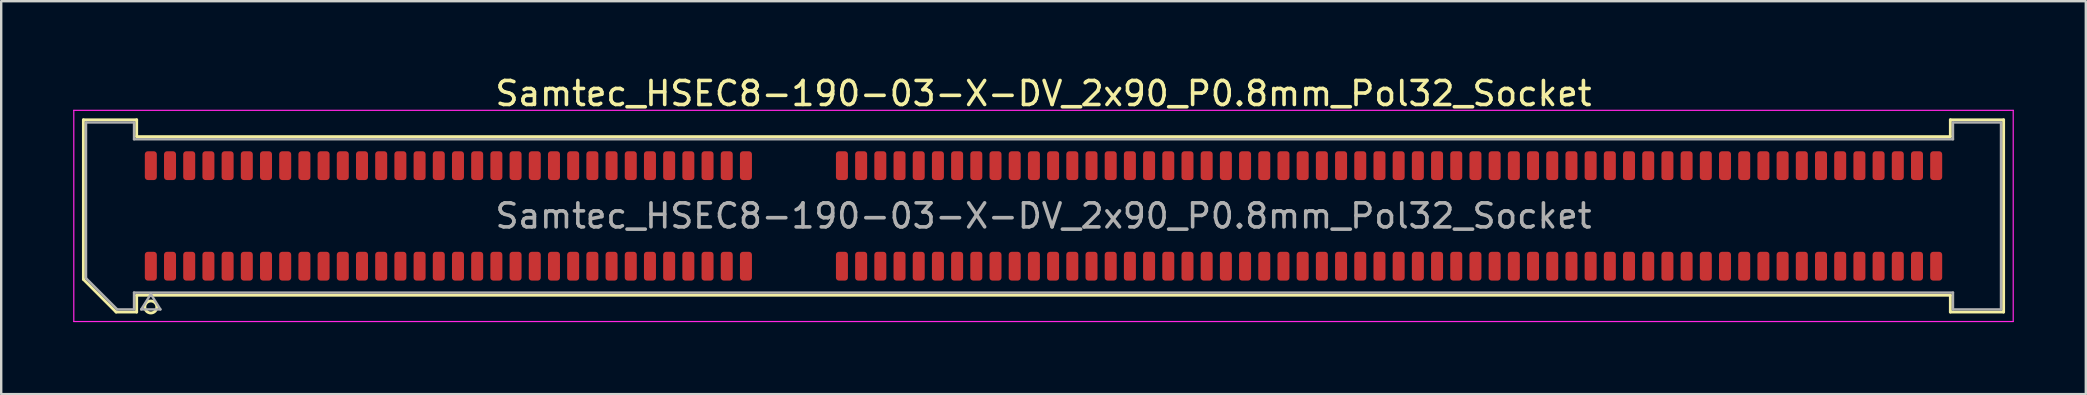
<source format=kicad_pcb>
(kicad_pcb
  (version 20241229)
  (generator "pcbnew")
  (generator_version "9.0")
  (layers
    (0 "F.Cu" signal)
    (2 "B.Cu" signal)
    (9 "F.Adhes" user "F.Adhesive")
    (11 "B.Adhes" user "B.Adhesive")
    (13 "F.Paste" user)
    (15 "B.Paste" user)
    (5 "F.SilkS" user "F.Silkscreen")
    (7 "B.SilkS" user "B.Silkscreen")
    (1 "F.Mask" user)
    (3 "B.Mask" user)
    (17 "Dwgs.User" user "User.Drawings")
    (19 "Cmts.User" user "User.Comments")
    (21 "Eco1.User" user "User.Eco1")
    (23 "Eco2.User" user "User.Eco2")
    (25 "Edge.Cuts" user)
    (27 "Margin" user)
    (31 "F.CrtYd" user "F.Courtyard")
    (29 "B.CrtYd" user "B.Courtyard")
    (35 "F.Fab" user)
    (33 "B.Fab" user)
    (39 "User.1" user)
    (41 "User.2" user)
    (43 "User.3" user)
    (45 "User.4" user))
  (footprint "Samtec_HSEC8-190-03-X-DV_2x90_P0.8mm_Pol32_Socket"
    (layer "F.Cu")
    (at 40.435 5.948)
    (property "Reference" "Samtec_HSEC8-190-03-X-DV_2x90_P0.8mm_Pol32_Socket" (at 0 -5.1 0) (layer "F.SilkS") (effects (font (size 1 1) (thickness 0.15))))
    (attr smd)
    (fp_line (start -40.01 -4.005) (end -37.79 -4.005) (stroke (width 0.12) (type solid)) (layer "F.SilkS"))
    (fp_line (start -40.01 2.641) (end -40.01 -4.005) (stroke (width 0.12) (type solid)) (layer "F.SilkS"))
    (fp_line (start -38.646 4.005) (end -40.01 2.641) (stroke (width 0.12) (type solid)) (layer "F.SilkS"))
    (fp_line (start -37.79 -4.005) (end -37.79 -3.305) (stroke (width 0.12) (type solid)) (layer "F.SilkS"))
    (fp_line (start -37.79 -3.305) (end 37.79 -3.305) (stroke (width 0.12) (type solid)) (layer "F.SilkS"))
    (fp_line (start -37.79 3.305) (end -37.79 4.005) (stroke (width 0.12) (type solid)) (layer "F.SilkS"))
    (fp_line (start -37.79 4.005) (end -38.646 4.005) (stroke (width 0.12) (type solid)) (layer "F.SilkS"))
    (fp_line (start 37.79 -4.005) (end 40.01 -4.005) (stroke (width 0.12) (type solid)) (layer "F.SilkS"))
    (fp_line (start 37.79 -3.305) (end 37.79 -4.005) (stroke (width 0.12) (type solid)) (layer "F.SilkS"))
    (fp_line (start 37.79 3.305) (end -37.79 3.305) (stroke (width 0.12) (type solid)) (layer "F.SilkS"))
    (fp_line (start 37.79 4.005) (end 37.79 3.305) (stroke (width 0.12) (type solid)) (layer "F.SilkS"))
    (fp_line (start 40.01 -4.005) (end 40.01 4.005) (stroke (width 0.12) (type solid)) (layer "F.SilkS"))
    (fp_line (start 40.01 4.005) (end 37.79 4.005) (stroke (width 0.12) (type solid)) (layer "F.SilkS"))
    (fp_arc (start -36.95 3.795) (mid -37.45 3.795) (end -36.95 3.795) (stroke (width 0.12) (type solid)) (layer "F.SilkS"))
    (fp_line (start -40.41 -4.4) (end -40.41 4.4) (stroke (width 0.05) (type solid)) (layer "F.CrtYd"))
    (fp_line (start -40.41 4.4) (end 40.41 4.4) (stroke (width 0.05) (type solid)) (layer "F.CrtYd"))
    (fp_line (start 40.41 -4.4) (end -40.41 -4.4) (stroke (width 0.05) (type solid)) (layer "F.CrtYd"))
    (fp_line (start 40.41 4.4) (end 40.41 -4.4) (stroke (width 0.05) (type solid)) (layer "F.CrtYd"))
    (fp_line (start -39.9 -3.895) (end -37.9 -3.895) (stroke (width 0.1) (type solid)) (layer "F.Fab"))
    (fp_line (start -39.9 2.595) (end -39.9 -3.895) (stroke (width 0.1) (type solid)) (layer "F.Fab"))
    (fp_line (start -38.6 3.895) (end -39.9 2.595) (stroke (width 0.1) (type solid)) (layer "F.Fab"))
    (fp_line (start -37.9 -3.895) (end -37.9 -3.195) (stroke (width 0.1) (type solid)) (layer "F.Fab"))
    (fp_line (start -37.9 -3.195) (end 37.9 -3.195) (stroke (width 0.1) (type solid)) (layer "F.Fab"))
    (fp_line (start -37.9 3.195) (end -37.9 3.895) (stroke (width 0.1) (type solid)) (layer "F.Fab"))
    (fp_line (start -37.9 3.895) (end -38.6 3.895) (stroke (width 0.1) (type solid)) (layer "F.Fab"))
    (fp_line (start -37.6 3.895) (end -37.2 3.255) (stroke (width 0.1) (type solid)) (layer "F.Fab"))
    (fp_line (start -37.2 3.255) (end -36.8 3.895) (stroke (width 0.1) (type solid)) (layer "F.Fab"))
    (fp_line (start -36.8 3.895) (end -37.6 3.895) (stroke (width 0.1) (type solid)) (layer "F.Fab"))
    (fp_line (start 37.9 -3.895) (end 39.9 -3.895) (stroke (width 0.1) (type solid)) (layer "F.Fab"))
    (fp_line (start 37.9 -3.195) (end 37.9 -3.895) (stroke (width 0.1) (type solid)) (layer "F.Fab"))
    (fp_line (start 37.9 3.195) (end -37.9 3.195) (stroke (width 0.1) (type solid)) (layer "F.Fab"))
    (fp_line (start 37.9 3.895) (end 37.9 3.195) (stroke (width 0.1) (type solid)) (layer "F.Fab"))
    (fp_line (start 39.9 -3.895) (end 39.9 3.895) (stroke (width 0.1) (type solid)) (layer "F.Fab"))
    (fp_line (start 39.9 3.895) (end 37.9 3.895) (stroke (width 0.1) (type solid)) (layer "F.Fab"))
    (fp_text user "${REFERENCE}" (at 0 0 0) (layer "F.Fab") (effects (font (size 1 1) (thickness 0.15))))
    (pad "1" smd roundrect (at -37.2 2.095) (size 0.5 1.2) (layers "F.Cu" "F.Mask" "F.Paste") (roundrect_rratio 0.25))
    (pad "2" smd roundrect (at -37.2 -2.095) (size 0.5 1.2) (layers "F.Cu" "F.Mask" "F.Paste") (roundrect_rratio 0.25))
    (pad "3" smd roundrect (at -36.4 2.095) (size 0.5 1.2) (layers "F.Cu" "F.Mask" "F.Paste") (roundrect_rratio 0.25))
    (pad "4" smd roundrect (at -36.4 -2.095) (size 0.5 1.2) (layers "F.Cu" "F.Mask" "F.Paste") (roundrect_rratio 0.25))
    (pad "5" smd roundrect (at -35.6 2.095) (size 0.5 1.2) (layers "F.Cu" "F.Mask" "F.Paste") (roundrect_rratio 0.25))
    (pad "6" smd roundrect (at -35.6 -2.095) (size 0.5 1.2) (layers "F.Cu" "F.Mask" "F.Paste") (roundrect_rratio 0.25))
    (pad "7" smd roundrect (at -34.8 2.095) (size 0.5 1.2) (layers "F.Cu" "F.Mask" "F.Paste") (roundrect_rratio 0.25))
    (pad "8" smd roundrect (at -34.8 -2.095) (size 0.5 1.2) (layers "F.Cu" "F.Mask" "F.Paste") (roundrect_rratio 0.25))
    (pad "9" smd roundrect (at -34 2.095) (size 0.5 1.2) (layers "F.Cu" "F.Mask" "F.Paste") (roundrect_rratio 0.25))
    (pad "10" smd roundrect (at -34 -2.095) (size 0.5 1.2) (layers "F.Cu" "F.Mask" "F.Paste") (roundrect_rratio 0.25))
    (pad "11" smd roundrect (at -33.2 2.095) (size 0.5 1.2) (layers "F.Cu" "F.Mask" "F.Paste") (roundrect_rratio 0.25))
    (pad "12" smd roundrect (at -33.2 -2.095) (size 0.5 1.2) (layers "F.Cu" "F.Mask" "F.Paste") (roundrect_rratio 0.25))
    (pad "13" smd roundrect (at -32.4 2.095) (size 0.5 1.2) (layers "F.Cu" "F.Mask" "F.Paste") (roundrect_rratio 0.25))
    (pad "14" smd roundrect (at -32.4 -2.095) (size 0.5 1.2) (layers "F.Cu" "F.Mask" "F.Paste") (roundrect_rratio 0.25))
    (pad "15" smd roundrect (at -31.6 2.095) (size 0.5 1.2) (layers "F.Cu" "F.Mask" "F.Paste") (roundrect_rratio 0.25))
    (pad "16" smd roundrect (at -31.6 -2.095) (size 0.5 1.2) (layers "F.Cu" "F.Mask" "F.Paste") (roundrect_rratio 0.25))
    (pad "17" smd roundrect (at -30.8 2.095) (size 0.5 1.2) (layers "F.Cu" "F.Mask" "F.Paste") (roundrect_rratio 0.25))
    (pad "18" smd roundrect (at -30.8 -2.095) (size 0.5 1.2) (layers "F.Cu" "F.Mask" "F.Paste") (roundrect_rratio 0.25))
    (pad "19" smd roundrect (at -30 2.095) (size 0.5 1.2) (layers "F.Cu" "F.Mask" "F.Paste") (roundrect_rratio 0.25))
    (pad "20" smd roundrect (at -30 -2.095) (size 0.5 1.2) (layers "F.Cu" "F.Mask" "F.Paste") (roundrect_rratio 0.25))
    (pad "21" smd roundrect (at -29.2 2.095) (size 0.5 1.2) (layers "F.Cu" "F.Mask" "F.Paste") (roundrect_rratio 0.25))
    (pad "22" smd roundrect (at -29.2 -2.095) (size 0.5 1.2) (layers "F.Cu" "F.Mask" "F.Paste") (roundrect_rratio 0.25))
    (pad "23" smd roundrect (at -28.4 2.095) (size 0.5 1.2) (layers "F.Cu" "F.Mask" "F.Paste") (roundrect_rratio 0.25))
    (pad "24" smd roundrect (at -28.4 -2.095) (size 0.5 1.2) (layers "F.Cu" "F.Mask" "F.Paste") (roundrect_rratio 0.25))
    (pad "25" smd roundrect (at -27.6 2.095) (size 0.5 1.2) (layers "F.Cu" "F.Mask" "F.Paste") (roundrect_rratio 0.25))
    (pad "26" smd roundrect (at -27.6 -2.095) (size 0.5 1.2) (layers "F.Cu" "F.Mask" "F.Paste") (roundrect_rratio 0.25))
    (pad "27" smd roundrect (at -26.8 2.095) (size 0.5 1.2) (layers "F.Cu" "F.Mask" "F.Paste") (roundrect_rratio 0.25))
    (pad "28" smd roundrect (at -26.8 -2.095) (size 0.5 1.2) (layers "F.Cu" "F.Mask" "F.Paste") (roundrect_rratio 0.25))
    (pad "29" smd roundrect (at -26 2.095) (size 0.5 1.2) (layers "F.Cu" "F.Mask" "F.Paste") (roundrect_rratio 0.25))
    (pad "30" smd roundrect (at -26 -2.095) (size 0.5 1.2) (layers "F.Cu" "F.Mask" "F.Paste") (roundrect_rratio 0.25))
    (pad "31" smd roundrect (at -25.2 2.095) (size 0.5 1.2) (layers "F.Cu" "F.Mask" "F.Paste") (roundrect_rratio 0.25))
    (pad "32" smd roundrect (at -25.2 -2.095) (size 0.5 1.2) (layers "F.Cu" "F.Mask" "F.Paste") (roundrect_rratio 0.25))
    (pad "33" smd roundrect (at -24.4 2.095) (size 0.5 1.2) (layers "F.Cu" "F.Mask" "F.Paste") (roundrect_rratio 0.25))
    (pad "34" smd roundrect (at -24.4 -2.095) (size 0.5 1.2) (layers "F.Cu" "F.Mask" "F.Paste") (roundrect_rratio 0.25))
    (pad "35" smd roundrect (at -23.6 2.095) (size 0.5 1.2) (layers "F.Cu" "F.Mask" "F.Paste") (roundrect_rratio 0.25))
    (pad "36" smd roundrect (at -23.6 -2.095) (size 0.5 1.2) (layers "F.Cu" "F.Mask" "F.Paste") (roundrect_rratio 0.25))
    (pad "37" smd roundrect (at -22.8 2.095) (size 0.5 1.2) (layers "F.Cu" "F.Mask" "F.Paste") (roundrect_rratio 0.25))
    (pad "38" smd roundrect (at -22.8 -2.095) (size 0.5 1.2) (layers "F.Cu" "F.Mask" "F.Paste") (roundrect_rratio 0.25))
    (pad "39" smd roundrect (at -22 2.095) (size 0.5 1.2) (layers "F.Cu" "F.Mask" "F.Paste") (roundrect_rratio 0.25))
    (pad "40" smd roundrect (at -22 -2.095) (size 0.5 1.2) (layers "F.Cu" "F.Mask" "F.Paste") (roundrect_rratio 0.25))
    (pad "41" smd roundrect (at -21.2 2.095) (size 0.5 1.2) (layers "F.Cu" "F.Mask" "F.Paste") (roundrect_rratio 0.25))
    (pad "42" smd roundrect (at -21.2 -2.095) (size 0.5 1.2) (layers "F.Cu" "F.Mask" "F.Paste") (roundrect_rratio 0.25))
    (pad "43" smd roundrect (at -20.4 2.095) (size 0.5 1.2) (layers "F.Cu" "F.Mask" "F.Paste") (roundrect_rratio 0.25))
    (pad "44" smd roundrect (at -20.4 -2.095) (size 0.5 1.2) (layers "F.Cu" "F.Mask" "F.Paste") (roundrect_rratio 0.25))
    (pad "45" smd roundrect (at -19.6 2.095) (size 0.5 1.2) (layers "F.Cu" "F.Mask" "F.Paste") (roundrect_rratio 0.25))
    (pad "46" smd roundrect (at -19.6 -2.095) (size 0.5 1.2) (layers "F.Cu" "F.Mask" "F.Paste") (roundrect_rratio 0.25))
    (pad "47" smd roundrect (at -18.8 2.095) (size 0.5 1.2) (layers "F.Cu" "F.Mask" "F.Paste") (roundrect_rratio 0.25))
    (pad "48" smd roundrect (at -18.8 -2.095) (size 0.5 1.2) (layers "F.Cu" "F.Mask" "F.Paste") (roundrect_rratio 0.25))
    (pad "49" smd roundrect (at -18 2.095) (size 0.5 1.2) (layers "F.Cu" "F.Mask" "F.Paste") (roundrect_rratio 0.25))
    (pad "50" smd roundrect (at -18 -2.095) (size 0.5 1.2) (layers "F.Cu" "F.Mask" "F.Paste") (roundrect_rratio 0.25))
    (pad "51" smd roundrect (at -17.2 2.095) (size 0.5 1.2) (layers "F.Cu" "F.Mask" "F.Paste") (roundrect_rratio 0.25))
    (pad "52" smd roundrect (at -17.2 -2.095) (size 0.5 1.2) (layers "F.Cu" "F.Mask" "F.Paste") (roundrect_rratio 0.25))
    (pad "53" smd roundrect (at -16.4 2.095) (size 0.5 1.2) (layers "F.Cu" "F.Mask" "F.Paste") (roundrect_rratio 0.25))
    (pad "54" smd roundrect (at -16.4 -2.095) (size 0.5 1.2) (layers "F.Cu" "F.Mask" "F.Paste") (roundrect_rratio 0.25))
    (pad "55" smd roundrect (at -15.6 2.095) (size 0.5 1.2) (layers "F.Cu" "F.Mask" "F.Paste") (roundrect_rratio 0.25))
    (pad "56" smd roundrect (at -15.6 -2.095) (size 0.5 1.2) (layers "F.Cu" "F.Mask" "F.Paste") (roundrect_rratio 0.25))
    (pad "57" smd roundrect (at -14.8 2.095) (size 0.5 1.2) (layers "F.Cu" "F.Mask" "F.Paste") (roundrect_rratio 0.25))
    (pad "58" smd roundrect (at -14.8 -2.095) (size 0.5 1.2) (layers "F.Cu" "F.Mask" "F.Paste") (roundrect_rratio 0.25))
    (pad "59" smd roundrect (at -14 2.095) (size 0.5 1.2) (layers "F.Cu" "F.Mask" "F.Paste") (roundrect_rratio 0.25))
    (pad "60" smd roundrect (at -14 -2.095) (size 0.5 1.2) (layers "F.Cu" "F.Mask" "F.Paste") (roundrect_rratio 0.25))
    (pad "61" smd roundrect (at -13.2 2.095) (size 0.5 1.2) (layers "F.Cu" "F.Mask" "F.Paste") (roundrect_rratio 0.25))
    (pad "62" smd roundrect (at -13.2 -2.095) (size 0.5 1.2) (layers "F.Cu" "F.Mask" "F.Paste") (roundrect_rratio 0.25))
    (pad "63" smd roundrect (at -12.4 2.095) (size 0.5 1.2) (layers "F.Cu" "F.Mask" "F.Paste") (roundrect_rratio 0.25))
    (pad "64" smd roundrect (at -12.4 -2.095) (size 0.5 1.2) (layers "F.Cu" "F.Mask" "F.Paste") (roundrect_rratio 0.25))
    (pad "65" smd roundrect (at -8.4 2.095) (size 0.5 1.2) (layers "F.Cu" "F.Mask" "F.Paste") (roundrect_rratio 0.25))
    (pad "66" smd roundrect (at -8.4 -2.095) (size 0.5 1.2) (layers "F.Cu" "F.Mask" "F.Paste") (roundrect_rratio 0.25))
    (pad "67" smd roundrect (at -7.6 2.095) (size 0.5 1.2) (layers "F.Cu" "F.Mask" "F.Paste") (roundrect_rratio 0.25))
    (pad "68" smd roundrect (at -7.6 -2.095) (size 0.5 1.2) (layers "F.Cu" "F.Mask" "F.Paste") (roundrect_rratio 0.25))
    (pad "69" smd roundrect (at -6.8 2.095) (size 0.5 1.2) (layers "F.Cu" "F.Mask" "F.Paste") (roundrect_rratio 0.25))
    (pad "70" smd roundrect (at -6.8 -2.095) (size 0.5 1.2) (layers "F.Cu" "F.Mask" "F.Paste") (roundrect_rratio 0.25))
    (pad "71" smd roundrect (at -6 2.095) (size 0.5 1.2) (layers "F.Cu" "F.Mask" "F.Paste") (roundrect_rratio 0.25))
    (pad "72" smd roundrect (at -6 -2.095) (size 0.5 1.2) (layers "F.Cu" "F.Mask" "F.Paste") (roundrect_rratio 0.25))
    (pad "73" smd roundrect (at -5.2 2.095) (size 0.5 1.2) (layers "F.Cu" "F.Mask" "F.Paste") (roundrect_rratio 0.25))
    (pad "74" smd roundrect (at -5.2 -2.095) (size 0.5 1.2) (layers "F.Cu" "F.Mask" "F.Paste") (roundrect_rratio 0.25))
    (pad "75" smd roundrect (at -4.4 2.095) (size 0.5 1.2) (layers "F.Cu" "F.Mask" "F.Paste") (roundrect_rratio 0.25))
    (pad "76" smd roundrect (at -4.4 -2.095) (size 0.5 1.2) (layers "F.Cu" "F.Mask" "F.Paste") (roundrect_rratio 0.25))
    (pad "77" smd roundrect (at -3.6 2.095) (size 0.5 1.2) (layers "F.Cu" "F.Mask" "F.Paste") (roundrect_rratio 0.25))
    (pad "78" smd roundrect (at -3.6 -2.095) (size 0.5 1.2) (layers "F.Cu" "F.Mask" "F.Paste") (roundrect_rratio 0.25))
    (pad "79" smd roundrect (at -2.8 2.095) (size 0.5 1.2) (layers "F.Cu" "F.Mask" "F.Paste") (roundrect_rratio 0.25))
    (pad "80" smd roundrect (at -2.8 -2.095) (size 0.5 1.2) (layers "F.Cu" "F.Mask" "F.Paste") (roundrect_rratio 0.25))
    (pad "81" smd roundrect (at -2 2.095) (size 0.5 1.2) (layers "F.Cu" "F.Mask" "F.Paste") (roundrect_rratio 0.25))
    (pad "82" smd roundrect (at -2 -2.095) (size 0.5 1.2) (layers "F.Cu" "F.Mask" "F.Paste") (roundrect_rratio 0.25))
    (pad "83" smd roundrect (at -1.2 2.095) (size 0.5 1.2) (layers "F.Cu" "F.Mask" "F.Paste") (roundrect_rratio 0.25))
    (pad "84" smd roundrect (at -1.2 -2.095) (size 0.5 1.2) (layers "F.Cu" "F.Mask" "F.Paste") (roundrect_rratio 0.25))
    (pad "85" smd roundrect (at -0.4 2.095) (size 0.5 1.2) (layers "F.Cu" "F.Mask" "F.Paste") (roundrect_rratio 0.25))
    (pad "86" smd roundrect (at -0.4 -2.095) (size 0.5 1.2) (layers "F.Cu" "F.Mask" "F.Paste") (roundrect_rratio 0.25))
    (pad "87" smd roundrect (at 0.4 2.095) (size 0.5 1.2) (layers "F.Cu" "F.Mask" "F.Paste") (roundrect_rratio 0.25))
    (pad "88" smd roundrect (at 0.4 -2.095) (size 0.5 1.2) (layers "F.Cu" "F.Mask" "F.Paste") (roundrect_rratio 0.25))
    (pad "89" smd roundrect (at 1.2 2.095) (size 0.5 1.2) (layers "F.Cu" "F.Mask" "F.Paste") (roundrect_rratio 0.25))
    (pad "90" smd roundrect (at 1.2 -2.095) (size 0.5 1.2) (layers "F.Cu" "F.Mask" "F.Paste") (roundrect_rratio 0.25))
    (pad "91" smd roundrect (at 2 2.095) (size 0.5 1.2) (layers "F.Cu" "F.Mask" "F.Paste") (roundrect_rratio 0.25))
    (pad "92" smd roundrect (at 2 -2.095) (size 0.5 1.2) (layers "F.Cu" "F.Mask" "F.Paste") (roundrect_rratio 0.25))
    (pad "93" smd roundrect (at 2.8 2.095) (size 0.5 1.2) (layers "F.Cu" "F.Mask" "F.Paste") (roundrect_rratio 0.25))
    (pad "94" smd roundrect (at 2.8 -2.095) (size 0.5 1.2) (layers "F.Cu" "F.Mask" "F.Paste") (roundrect_rratio 0.25))
    (pad "95" smd roundrect (at 3.6 2.095) (size 0.5 1.2) (layers "F.Cu" "F.Mask" "F.Paste") (roundrect_rratio 0.25))
    (pad "96" smd roundrect (at 3.6 -2.095) (size 0.5 1.2) (layers "F.Cu" "F.Mask" "F.Paste") (roundrect_rratio 0.25))
    (pad "97" smd roundrect (at 4.4 2.095) (size 0.5 1.2) (layers "F.Cu" "F.Mask" "F.Paste") (roundrect_rratio 0.25))
    (pad "98" smd roundrect (at 4.4 -2.095) (size 0.5 1.2) (layers "F.Cu" "F.Mask" "F.Paste") (roundrect_rratio 0.25))
    (pad "99" smd roundrect (at 5.2 2.095) (size 0.5 1.2) (layers "F.Cu" "F.Mask" "F.Paste") (roundrect_rratio 0.25))
    (pad "100" smd roundrect (at 5.2 -2.095) (size 0.5 1.2) (layers "F.Cu" "F.Mask" "F.Paste") (roundrect_rratio 0.25))
    (pad "101" smd roundrect (at 6 2.095) (size 0.5 1.2) (layers "F.Cu" "F.Mask" "F.Paste") (roundrect_rratio 0.25))
    (pad "102" smd roundrect (at 6 -2.095) (size 0.5 1.2) (layers "F.Cu" "F.Mask" "F.Paste") (roundrect_rratio 0.25))
    (pad "103" smd roundrect (at 6.8 2.095) (size 0.5 1.2) (layers "F.Cu" "F.Mask" "F.Paste") (roundrect_rratio 0.25))
    (pad "104" smd roundrect (at 6.8 -2.095) (size 0.5 1.2) (layers "F.Cu" "F.Mask" "F.Paste") (roundrect_rratio 0.25))
    (pad "105" smd roundrect (at 7.6 2.095) (size 0.5 1.2) (layers "F.Cu" "F.Mask" "F.Paste") (roundrect_rratio 0.25))
    (pad "106" smd roundrect (at 7.6 -2.095) (size 0.5 1.2) (layers "F.Cu" "F.Mask" "F.Paste") (roundrect_rratio 0.25))
    (pad "107" smd roundrect (at 8.4 2.095) (size 0.5 1.2) (layers "F.Cu" "F.Mask" "F.Paste") (roundrect_rratio 0.25))
    (pad "108" smd roundrect (at 8.4 -2.095) (size 0.5 1.2) (layers "F.Cu" "F.Mask" "F.Paste") (roundrect_rratio 0.25))
    (pad "109" smd roundrect (at 9.2 2.095) (size 0.5 1.2) (layers "F.Cu" "F.Mask" "F.Paste") (roundrect_rratio 0.25))
    (pad "110" smd roundrect (at 9.2 -2.095) (size 0.5 1.2) (layers "F.Cu" "F.Mask" "F.Paste") (roundrect_rratio 0.25))
    (pad "111" smd roundrect (at 10 2.095) (size 0.5 1.2) (layers "F.Cu" "F.Mask" "F.Paste") (roundrect_rratio 0.25))
    (pad "112" smd roundrect (at 10 -2.095) (size 0.5 1.2) (layers "F.Cu" "F.Mask" "F.Paste") (roundrect_rratio 0.25))
    (pad "113" smd roundrect (at 10.8 2.095) (size 0.5 1.2) (layers "F.Cu" "F.Mask" "F.Paste") (roundrect_rratio 0.25))
    (pad "114" smd roundrect (at 10.8 -2.095) (size 0.5 1.2) (layers "F.Cu" "F.Mask" "F.Paste") (roundrect_rratio 0.25))
    (pad "115" smd roundrect (at 11.6 2.095) (size 0.5 1.2) (layers "F.Cu" "F.Mask" "F.Paste") (roundrect_rratio 0.25))
    (pad "116" smd roundrect (at 11.6 -2.095) (size 0.5 1.2) (layers "F.Cu" "F.Mask" "F.Paste") (roundrect_rratio 0.25))
    (pad "117" smd roundrect (at 12.4 2.095) (size 0.5 1.2) (layers "F.Cu" "F.Mask" "F.Paste") (roundrect_rratio 0.25))
    (pad "118" smd roundrect (at 12.4 -2.095) (size 0.5 1.2) (layers "F.Cu" "F.Mask" "F.Paste") (roundrect_rratio 0.25))
    (pad "119" smd roundrect (at 13.2 2.095) (size 0.5 1.2) (layers "F.Cu" "F.Mask" "F.Paste") (roundrect_rratio 0.25))
    (pad "120" smd roundrect (at 13.2 -2.095) (size 0.5 1.2) (layers "F.Cu" "F.Mask" "F.Paste") (roundrect_rratio 0.25))
    (pad "121" smd roundrect (at 14 2.095) (size 0.5 1.2) (layers "F.Cu" "F.Mask" "F.Paste") (roundrect_rratio 0.25))
    (pad "122" smd roundrect (at 14 -2.095) (size 0.5 1.2) (layers "F.Cu" "F.Mask" "F.Paste") (roundrect_rratio 0.25))
    (pad "123" smd roundrect (at 14.8 2.095) (size 0.5 1.2) (layers "F.Cu" "F.Mask" "F.Paste") (roundrect_rratio 0.25))
    (pad "124" smd roundrect (at 14.8 -2.095) (size 0.5 1.2) (layers "F.Cu" "F.Mask" "F.Paste") (roundrect_rratio 0.25))
    (pad "125" smd roundrect (at 15.6 2.095) (size 0.5 1.2) (layers "F.Cu" "F.Mask" "F.Paste") (roundrect_rratio 0.25))
    (pad "126" smd roundrect (at 15.6 -2.095) (size 0.5 1.2) (layers "F.Cu" "F.Mask" "F.Paste") (roundrect_rratio 0.25))
    (pad "127" smd roundrect (at 16.4 2.095) (size 0.5 1.2) (layers "F.Cu" "F.Mask" "F.Paste") (roundrect_rratio 0.25))
    (pad "128" smd roundrect (at 16.4 -2.095) (size 0.5 1.2) (layers "F.Cu" "F.Mask" "F.Paste") (roundrect_rratio 0.25))
    (pad "129" smd roundrect (at 17.2 2.095) (size 0.5 1.2) (layers "F.Cu" "F.Mask" "F.Paste") (roundrect_rratio 0.25))
    (pad "130" smd roundrect (at 17.2 -2.095) (size 0.5 1.2) (layers "F.Cu" "F.Mask" "F.Paste") (roundrect_rratio 0.25))
    (pad "131" smd roundrect (at 18 2.095) (size 0.5 1.2) (layers "F.Cu" "F.Mask" "F.Paste") (roundrect_rratio 0.25))
    (pad "132" smd roundrect (at 18 -2.095) (size 0.5 1.2) (layers "F.Cu" "F.Mask" "F.Paste") (roundrect_rratio 0.25))
    (pad "133" smd roundrect (at 18.8 2.095) (size 0.5 1.2) (layers "F.Cu" "F.Mask" "F.Paste") (roundrect_rratio 0.25))
    (pad "134" smd roundrect (at 18.8 -2.095) (size 0.5 1.2) (layers "F.Cu" "F.Mask" "F.Paste") (roundrect_rratio 0.25))
    (pad "135" smd roundrect (at 19.6 2.095) (size 0.5 1.2) (layers "F.Cu" "F.Mask" "F.Paste") (roundrect_rratio 0.25))
    (pad "136" smd roundrect (at 19.6 -2.095) (size 0.5 1.2) (layers "F.Cu" "F.Mask" "F.Paste") (roundrect_rratio 0.25))
    (pad "137" smd roundrect (at 20.4 2.095) (size 0.5 1.2) (layers "F.Cu" "F.Mask" "F.Paste") (roundrect_rratio 0.25))
    (pad "138" smd roundrect (at 20.4 -2.095) (size 0.5 1.2) (layers "F.Cu" "F.Mask" "F.Paste") (roundrect_rratio 0.25))
    (pad "139" smd roundrect (at 21.2 2.095) (size 0.5 1.2) (layers "F.Cu" "F.Mask" "F.Paste") (roundrect_rratio 0.25))
    (pad "140" smd roundrect (at 21.2 -2.095) (size 0.5 1.2) (layers "F.Cu" "F.Mask" "F.Paste") (roundrect_rratio 0.25))
    (pad "141" smd roundrect (at 22 2.095) (size 0.5 1.2) (layers "F.Cu" "F.Mask" "F.Paste") (roundrect_rratio 0.25))
    (pad "142" smd roundrect (at 22 -2.095) (size 0.5 1.2) (layers "F.Cu" "F.Mask" "F.Paste") (roundrect_rratio 0.25))
    (pad "143" smd roundrect (at 22.8 2.095) (size 0.5 1.2) (layers "F.Cu" "F.Mask" "F.Paste") (roundrect_rratio 0.25))
    (pad "144" smd roundrect (at 22.8 -2.095) (size 0.5 1.2) (layers "F.Cu" "F.Mask" "F.Paste") (roundrect_rratio 0.25))
    (pad "145" smd roundrect (at 23.6 2.095) (size 0.5 1.2) (layers "F.Cu" "F.Mask" "F.Paste") (roundrect_rratio 0.25))
    (pad "146" smd roundrect (at 23.6 -2.095) (size 0.5 1.2) (layers "F.Cu" "F.Mask" "F.Paste") (roundrect_rratio 0.25))
    (pad "147" smd roundrect (at 24.4 2.095) (size 0.5 1.2) (layers "F.Cu" "F.Mask" "F.Paste") (roundrect_rratio 0.25))
    (pad "148" smd roundrect (at 24.4 -2.095) (size 0.5 1.2) (layers "F.Cu" "F.Mask" "F.Paste") (roundrect_rratio 0.25))
    (pad "149" smd roundrect (at 25.2 2.095) (size 0.5 1.2) (layers "F.Cu" "F.Mask" "F.Paste") (roundrect_rratio 0.25))
    (pad "150" smd roundrect (at 25.2 -2.095) (size 0.5 1.2) (layers "F.Cu" "F.Mask" "F.Paste") (roundrect_rratio 0.25))
    (pad "151" smd roundrect (at 26 2.095) (size 0.5 1.2) (layers "F.Cu" "F.Mask" "F.Paste") (roundrect_rratio 0.25))
    (pad "152" smd roundrect (at 26 -2.095) (size 0.5 1.2) (layers "F.Cu" "F.Mask" "F.Paste") (roundrect_rratio 0.25))
    (pad "153" smd roundrect (at 26.8 2.095) (size 0.5 1.2) (layers "F.Cu" "F.Mask" "F.Paste") (roundrect_rratio 0.25))
    (pad "154" smd roundrect (at 26.8 -2.095) (size 0.5 1.2) (layers "F.Cu" "F.Mask" "F.Paste") (roundrect_rratio 0.25))
    (pad "155" smd roundrect (at 27.6 2.095) (size 0.5 1.2) (layers "F.Cu" "F.Mask" "F.Paste") (roundrect_rratio 0.25))
    (pad "156" smd roundrect (at 27.6 -2.095) (size 0.5 1.2) (layers "F.Cu" "F.Mask" "F.Paste") (roundrect_rratio 0.25))
    (pad "157" smd roundrect (at 28.4 2.095) (size 0.5 1.2) (layers "F.Cu" "F.Mask" "F.Paste") (roundrect_rratio 0.25))
    (pad "158" smd roundrect (at 28.4 -2.095) (size 0.5 1.2) (layers "F.Cu" "F.Mask" "F.Paste") (roundrect_rratio 0.25))
    (pad "159" smd roundrect (at 29.2 2.095) (size 0.5 1.2) (layers "F.Cu" "F.Mask" "F.Paste") (roundrect_rratio 0.25))
    (pad "160" smd roundrect (at 29.2 -2.095) (size 0.5 1.2) (layers "F.Cu" "F.Mask" "F.Paste") (roundrect_rratio 0.25))
    (pad "161" smd roundrect (at 30 2.095) (size 0.5 1.2) (layers "F.Cu" "F.Mask" "F.Paste") (roundrect_rratio 0.25))
    (pad "162" smd roundrect (at 30 -2.095) (size 0.5 1.2) (layers "F.Cu" "F.Mask" "F.Paste") (roundrect_rratio 0.25))
    (pad "163" smd roundrect (at 30.8 2.095) (size 0.5 1.2) (layers "F.Cu" "F.Mask" "F.Paste") (roundrect_rratio 0.25))
    (pad "164" smd roundrect (at 30.8 -2.095) (size 0.5 1.2) (layers "F.Cu" "F.Mask" "F.Paste") (roundrect_rratio 0.25))
    (pad "165" smd roundrect (at 31.6 2.095) (size 0.5 1.2) (layers "F.Cu" "F.Mask" "F.Paste") (roundrect_rratio 0.25))
    (pad "166" smd roundrect (at 31.6 -2.095) (size 0.5 1.2) (layers "F.Cu" "F.Mask" "F.Paste") (roundrect_rratio 0.25))
    (pad "167" smd roundrect (at 32.4 2.095) (size 0.5 1.2) (layers "F.Cu" "F.Mask" "F.Paste") (roundrect_rratio 0.25))
    (pad "168" smd roundrect (at 32.4 -2.095) (size 0.5 1.2) (layers "F.Cu" "F.Mask" "F.Paste") (roundrect_rratio 0.25))
    (pad "169" smd roundrect (at 33.2 2.095) (size 0.5 1.2) (layers "F.Cu" "F.Mask" "F.Paste") (roundrect_rratio 0.25))
    (pad "170" smd roundrect (at 33.2 -2.095) (size 0.5 1.2) (layers "F.Cu" "F.Mask" "F.Paste") (roundrect_rratio 0.25))
    (pad "171" smd roundrect (at 34 2.095) (size 0.5 1.2) (layers "F.Cu" "F.Mask" "F.Paste") (roundrect_rratio 0.25))
    (pad "172" smd roundrect (at 34 -2.095) (size 0.5 1.2) (layers "F.Cu" "F.Mask" "F.Paste") (roundrect_rratio 0.25))
    (pad "173" smd roundrect (at 34.8 2.095) (size 0.5 1.2) (layers "F.Cu" "F.Mask" "F.Paste") (roundrect_rratio 0.25))
    (pad "174" smd roundrect (at 34.8 -2.095) (size 0.5 1.2) (layers "F.Cu" "F.Mask" "F.Paste") (roundrect_rratio 0.25))
    (pad "175" smd roundrect (at 35.6 2.095) (size 0.5 1.2) (layers "F.Cu" "F.Mask" "F.Paste") (roundrect_rratio 0.25))
    (pad "176" smd roundrect (at 35.6 -2.095) (size 0.5 1.2) (layers "F.Cu" "F.Mask" "F.Paste") (roundrect_rratio 0.25))
    (pad "177" smd roundrect (at 36.4 2.095) (size 0.5 1.2) (layers "F.Cu" "F.Mask" "F.Paste") (roundrect_rratio 0.25))
    (pad "178" smd roundrect (at 36.4 -2.095) (size 0.5 1.2) (layers "F.Cu" "F.Mask" "F.Paste") (roundrect_rratio 0.25))
    (pad "179" smd roundrect (at 37.2 2.095) (size 0.5 1.2) (layers "F.Cu" "F.Mask" "F.Paste") (roundrect_rratio 0.25))
    (pad "180" smd roundrect (at 37.2 -2.095) (size 0.5 1.2) (layers "F.Cu" "F.Mask" "F.Paste") (roundrect_rratio 0.25)))
  (gr_rect
    (start -3 -3)
    (end 83.87 13.373)
    (stroke (width 0.1) (type default))
    (fill no)
    (layer "Edge.Cuts")))
</source>
